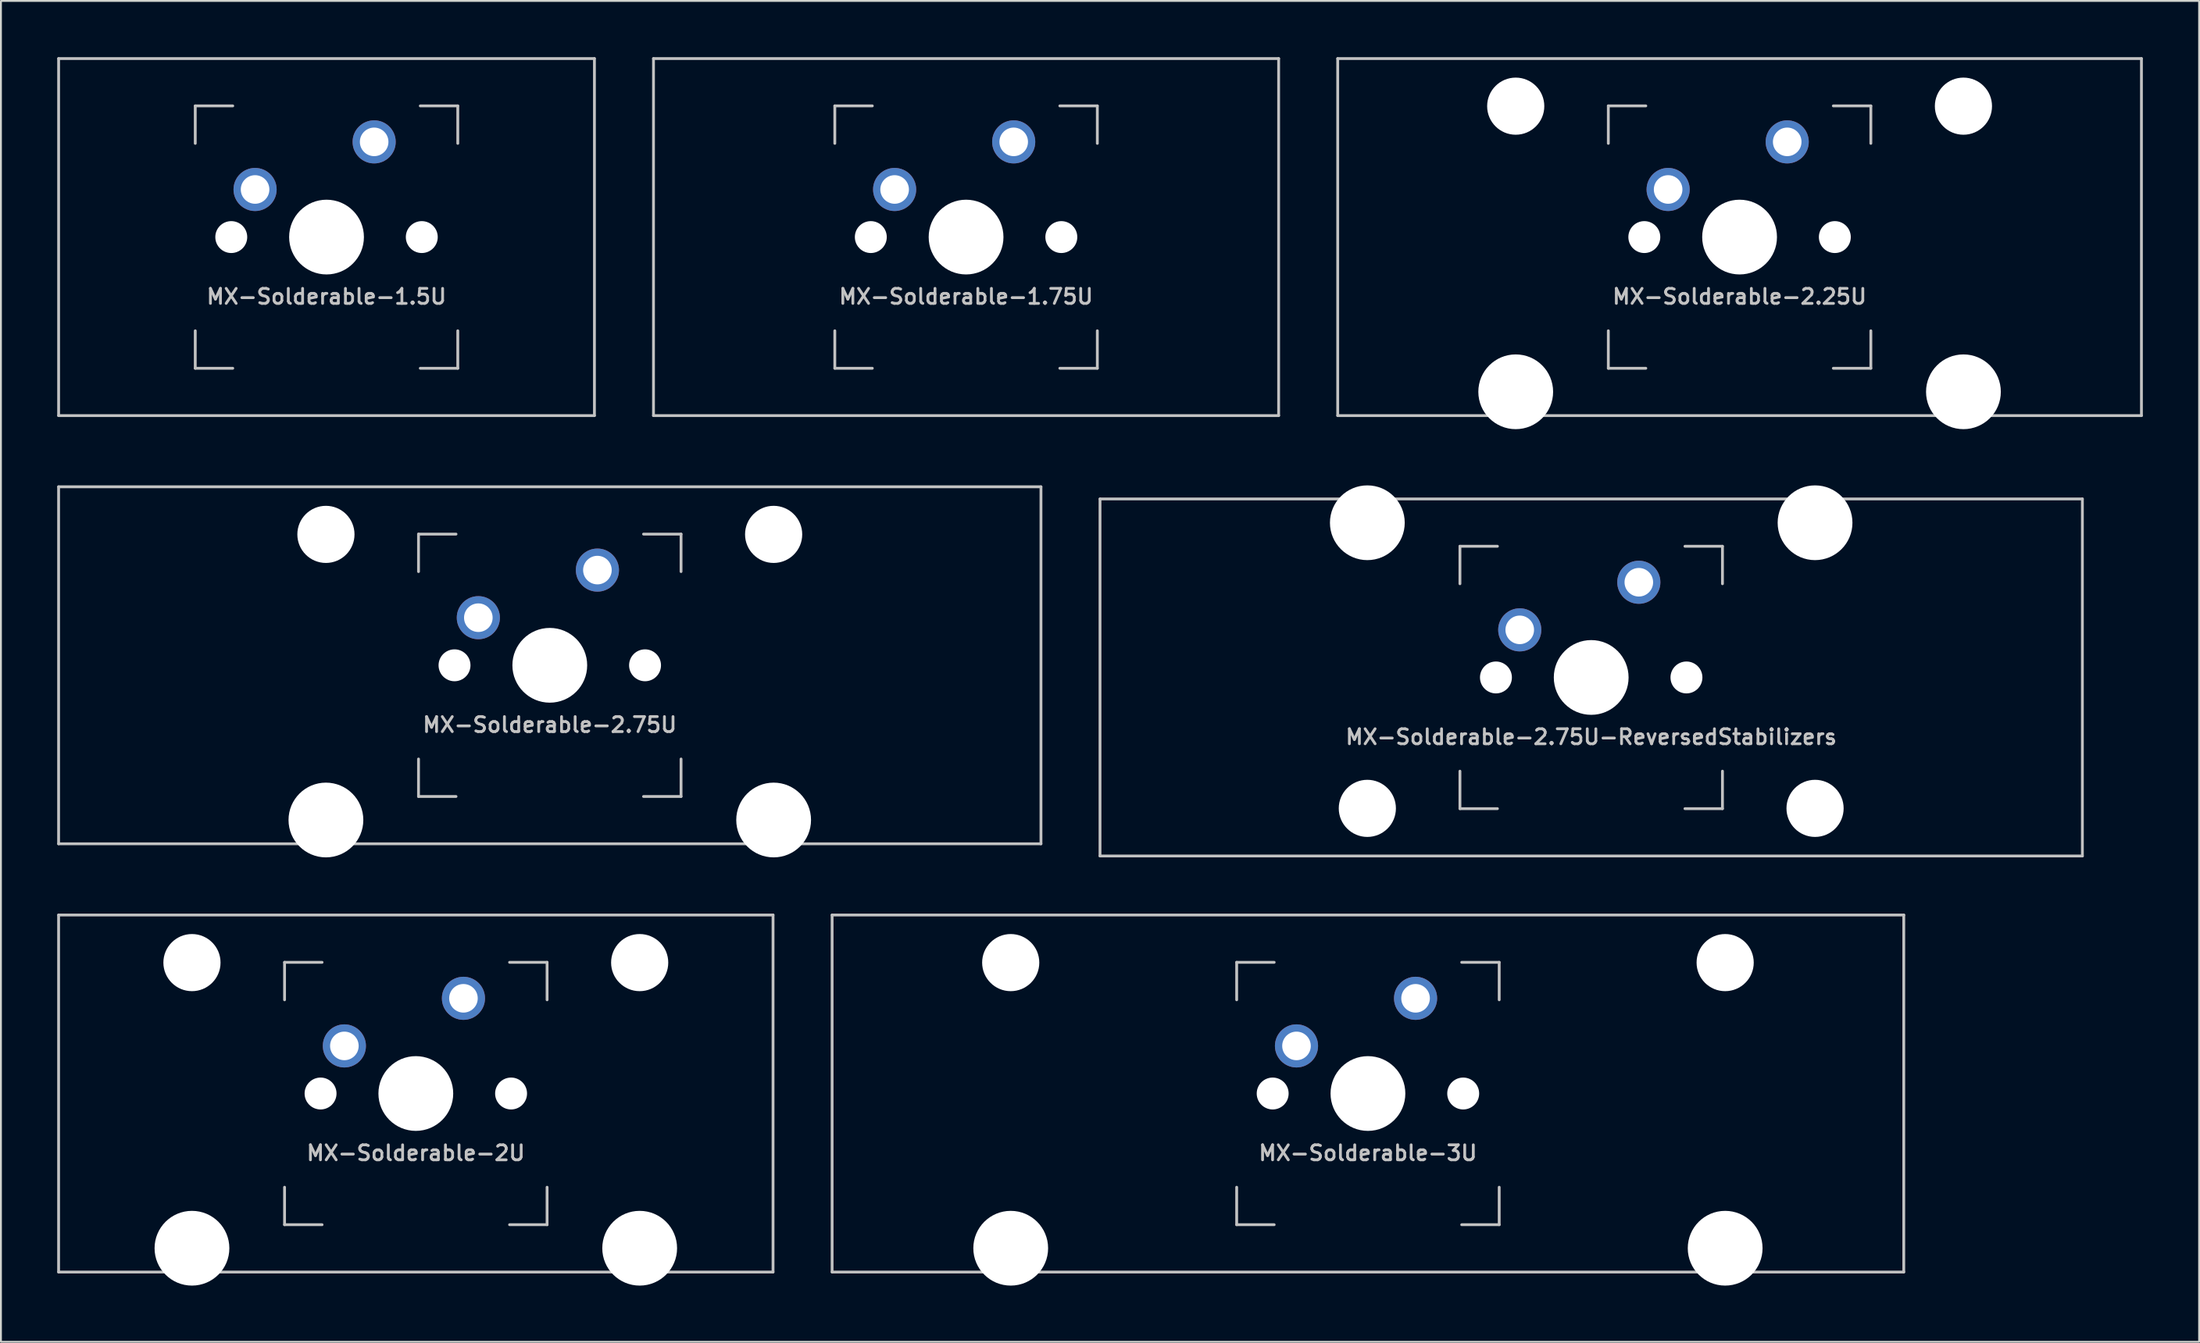
<source format=kicad_pcb>
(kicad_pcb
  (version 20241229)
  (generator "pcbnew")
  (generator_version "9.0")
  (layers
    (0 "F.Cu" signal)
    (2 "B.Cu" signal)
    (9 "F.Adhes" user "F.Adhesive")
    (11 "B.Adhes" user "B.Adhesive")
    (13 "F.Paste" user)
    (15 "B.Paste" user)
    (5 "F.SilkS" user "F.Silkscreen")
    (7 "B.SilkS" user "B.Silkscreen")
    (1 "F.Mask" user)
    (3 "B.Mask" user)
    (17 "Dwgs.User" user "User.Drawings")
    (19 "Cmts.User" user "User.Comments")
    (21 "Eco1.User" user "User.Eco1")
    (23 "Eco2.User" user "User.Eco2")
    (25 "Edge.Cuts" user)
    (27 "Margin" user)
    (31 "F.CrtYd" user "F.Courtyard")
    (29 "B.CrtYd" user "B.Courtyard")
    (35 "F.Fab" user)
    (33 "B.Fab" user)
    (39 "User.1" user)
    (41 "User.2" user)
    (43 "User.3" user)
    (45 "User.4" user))
  (footprint "MX-Solderable-1.5U"
    (layer "F.Cu")
    (at 14.363 9.6)
    (property "Reference" "MX-Solderable-1.5U" (at 0 3.175 0) (layer "Dwgs.User") (effects (font (size 0.8 0.8) (thickness 0.15))))
    (attr through_hole)
    (fp_line (start -14.287 9.525) (end -14.287 -9.525) (stroke (width 0.15) (type solid)) (layer "Dwgs.User"))
    (fp_line (start -7 -7) (end -7 -5) (stroke (width 0.15) (type solid)) (layer "Dwgs.User"))
    (fp_line (start -7 5) (end -7 7) (stroke (width 0.15) (type solid)) (layer "Dwgs.User"))
    (fp_line (start -7 7) (end -5 7) (stroke (width 0.15) (type solid)) (layer "Dwgs.User"))
    (fp_line (start -5 -7) (end -7 -7) (stroke (width 0.15) (type solid)) (layer "Dwgs.User"))
    (fp_line (start 5 -7) (end 7 -7) (stroke (width 0.15) (type solid)) (layer "Dwgs.User"))
    (fp_line (start 5 7) (end 7 7) (stroke (width 0.15) (type solid)) (layer "Dwgs.User"))
    (fp_line (start 7 -7) (end 7 -5) (stroke (width 0.15) (type solid)) (layer "Dwgs.User"))
    (fp_line (start 7 7) (end 7 5) (stroke (width 0.15) (type solid)) (layer "Dwgs.User"))
    (fp_line (start 14.287 -9.525) (end -14.287 -9.525) (stroke (width 0.15) (type solid)) (layer "Dwgs.User"))
    (fp_line (start 14.287 9.525) (end -14.287 9.525) (stroke (width 0.15) (type solid)) (layer "Dwgs.User"))
    (fp_line (start 14.287 9.525) (end 14.287 -9.525) (stroke (width 0.15) (type solid)) (layer "Dwgs.User"))
    (pad "" np_thru_hole circle (at -5.08 0 48.099) (size 1.702 1.702) (drill 1.702) (layers "*.Cu" "*.Mask"))
    (pad "" np_thru_hole circle (at 0 0) (size 3.988 3.988) (drill 3.988) (layers "*.Cu" "*.Mask"))
    (pad "" np_thru_hole circle (at 5.08 0 48.099) (size 1.702 1.702) (drill 1.702) (layers "*.Cu" "*.Mask"))
    (pad "1" thru_hole circle (at -3.81 -2.54) (size 2.3 2.3) (drill 1.524) (layers "*.Cu" "B.Mask"))
    (pad "2" thru_hole circle (at 2.54 -5.08) (size 2.3 2.3) (drill 1.524) (layers "*.Cu" "B.Mask")))
  (footprint "MX-Solderable-2.25U"
    (layer "F.Cu")
    (at 89.719 9.6)
    (property "Reference" "MX-Solderable-2.25U" (at 0 3.175 0) (layer "Dwgs.User") (effects (font (size 0.8 0.8) (thickness 0.15))))
    (attr through_hole)
    (fp_line (start -21.431 9.525) (end -21.431 -9.525) (stroke (width 0.15) (type solid)) (layer "Dwgs.User"))
    (fp_line (start -7 -7) (end -7 -5) (stroke (width 0.15) (type solid)) (layer "Dwgs.User"))
    (fp_line (start -7 5) (end -7 7) (stroke (width 0.15) (type solid)) (layer "Dwgs.User"))
    (fp_line (start -7 7) (end -5 7) (stroke (width 0.15) (type solid)) (layer "Dwgs.User"))
    (fp_line (start -5 -7) (end -7 -7) (stroke (width 0.15) (type solid)) (layer "Dwgs.User"))
    (fp_line (start 5 -7) (end 7 -7) (stroke (width 0.15) (type solid)) (layer "Dwgs.User"))
    (fp_line (start 5 7) (end 7 7) (stroke (width 0.15) (type solid)) (layer "Dwgs.User"))
    (fp_line (start 7 -7) (end 7 -5) (stroke (width 0.15) (type solid)) (layer "Dwgs.User"))
    (fp_line (start 7 7) (end 7 5) (stroke (width 0.15) (type solid)) (layer "Dwgs.User"))
    (fp_line (start 21.431 -9.525) (end -21.431 -9.525) (stroke (width 0.15) (type solid)) (layer "Dwgs.User"))
    (fp_line (start 21.431 9.525) (end -21.431 9.525) (stroke (width 0.15) (type solid)) (layer "Dwgs.User"))
    (fp_line (start 21.431 9.525) (end 21.431 -9.525) (stroke (width 0.15) (type solid)) (layer "Dwgs.User"))
    (pad "" np_thru_hole circle (at -11.938 -6.985) (size 3.048 3.048) (drill 3.048) (layers "*.Cu" "*.Mask"))
    (pad "" np_thru_hole circle (at -11.938 8.255) (size 3.988 3.988) (drill 3.988) (layers "*.Cu" "*.Mask"))
    (pad "" np_thru_hole circle (at -5.08 0 48.099) (size 1.702 1.702) (drill 1.702) (layers "*.Cu" "*.Mask"))
    (pad "" np_thru_hole circle (at 0 0) (size 3.988 3.988) (drill 3.988) (layers "*.Cu" "*.Mask"))
    (pad "" np_thru_hole circle (at 5.08 0 48.099) (size 1.702 1.702) (drill 1.702) (layers "*.Cu" "*.Mask"))
    (pad "" np_thru_hole circle (at 11.938 -6.985) (size 3.048 3.048) (drill 3.048) (layers "*.Cu" "*.Mask"))
    (pad "" np_thru_hole circle (at 11.938 8.255) (size 3.988 3.988) (drill 3.988) (layers "*.Cu" "*.Mask"))
    (pad "1" thru_hole circle (at -3.81 -2.54) (size 2.3 2.3) (drill 1.524) (layers "*.Cu" "B.Mask"))
    (pad "2" thru_hole circle (at 2.54 -5.08) (size 2.3 2.3) (drill 1.524) (layers "*.Cu" "B.Mask")))
  (footprint "MX-Solderable-3U"
    (layer "F.Cu")
    (at 69.9 55.298)
    (property "Reference" "MX-Solderable-3U" (at 0 3.175 0) (layer "Dwgs.User") (effects (font (size 0.8 0.8) (thickness 0.15))))
    (attr through_hole)
    (fp_line (start -28.575 9.525) (end -28.575 -9.525) (stroke (width 0.15) (type solid)) (layer "Dwgs.User"))
    (fp_line (start -7 -7) (end -7 -5) (stroke (width 0.15) (type solid)) (layer "Dwgs.User"))
    (fp_line (start -7 5) (end -7 7) (stroke (width 0.15) (type solid)) (layer "Dwgs.User"))
    (fp_line (start -7 7) (end -5 7) (stroke (width 0.15) (type solid)) (layer "Dwgs.User"))
    (fp_line (start -5 -7) (end -7 -7) (stroke (width 0.15) (type solid)) (layer "Dwgs.User"))
    (fp_line (start 5 -7) (end 7 -7) (stroke (width 0.15) (type solid)) (layer "Dwgs.User"))
    (fp_line (start 5 7) (end 7 7) (stroke (width 0.15) (type solid)) (layer "Dwgs.User"))
    (fp_line (start 7 -7) (end 7 -5) (stroke (width 0.15) (type solid)) (layer "Dwgs.User"))
    (fp_line (start 7 7) (end 7 5) (stroke (width 0.15) (type solid)) (layer "Dwgs.User"))
    (fp_line (start 28.575 -9.525) (end -28.575 -9.525) (stroke (width 0.15) (type solid)) (layer "Dwgs.User"))
    (fp_line (start 28.575 9.525) (end -28.575 9.525) (stroke (width 0.15) (type solid)) (layer "Dwgs.User"))
    (fp_line (start 28.575 9.525) (end 28.575 -9.525) (stroke (width 0.15) (type solid)) (layer "Dwgs.User"))
    (pad "" np_thru_hole circle (at -19.05 -6.985) (size 3.048 3.048) (drill 3.048) (layers "*.Cu" "*.Mask"))
    (pad "" np_thru_hole circle (at -19.05 8.255) (size 3.988 3.988) (drill 3.988) (layers "*.Cu" "*.Mask"))
    (pad "" np_thru_hole circle (at -5.08 0 48.099) (size 1.702 1.702) (drill 1.702) (layers "*.Cu" "*.Mask"))
    (pad "" np_thru_hole circle (at 0 0) (size 3.988 3.988) (drill 3.988) (layers "*.Cu" "*.Mask"))
    (pad "" np_thru_hole circle (at 5.08 0 48.099) (size 1.702 1.702) (drill 1.702) (layers "*.Cu" "*.Mask"))
    (pad "" np_thru_hole circle (at 19.05 -6.985) (size 3.048 3.048) (drill 3.048) (layers "*.Cu" "*.Mask"))
    (pad "" np_thru_hole circle (at 19.05 8.255) (size 3.988 3.988) (drill 3.988) (layers "*.Cu" "*.Mask"))
    (pad "1" thru_hole circle (at -3.81 -2.54) (size 2.3 2.3) (drill 1.524) (layers "*.Cu" "B.Mask"))
    (pad "2" thru_hole circle (at 2.54 -5.08) (size 2.3 2.3) (drill 1.524) (layers "*.Cu" "B.Mask")))
  (footprint "MX-Solderable-1.75U"
    (layer "F.Cu")
    (at 48.469 9.6)
    (property "Reference" "MX-Solderable-1.75U" (at 0 3.175 0) (layer "Dwgs.User") (effects (font (size 0.8 0.8) (thickness 0.15))))
    (attr through_hole)
    (fp_line (start -16.669 9.525) (end -16.669 -9.525) (stroke (width 0.15) (type solid)) (layer "Dwgs.User"))
    (fp_line (start -7 -7) (end -7 -5) (stroke (width 0.15) (type solid)) (layer "Dwgs.User"))
    (fp_line (start -7 5) (end -7 7) (stroke (width 0.15) (type solid)) (layer "Dwgs.User"))
    (fp_line (start -7 7) (end -5 7) (stroke (width 0.15) (type solid)) (layer "Dwgs.User"))
    (fp_line (start -5 -7) (end -7 -7) (stroke (width 0.15) (type solid)) (layer "Dwgs.User"))
    (fp_line (start 5 -7) (end 7 -7) (stroke (width 0.15) (type solid)) (layer "Dwgs.User"))
    (fp_line (start 5 7) (end 7 7) (stroke (width 0.15) (type solid)) (layer "Dwgs.User"))
    (fp_line (start 7 -7) (end 7 -5) (stroke (width 0.15) (type solid)) (layer "Dwgs.User"))
    (fp_line (start 7 7) (end 7 5) (stroke (width 0.15) (type solid)) (layer "Dwgs.User"))
    (fp_line (start 16.669 -9.525) (end -16.669 -9.525) (stroke (width 0.15) (type solid)) (layer "Dwgs.User"))
    (fp_line (start 16.669 9.525) (end -16.669 9.525) (stroke (width 0.15) (type solid)) (layer "Dwgs.User"))
    (fp_line (start 16.669 9.525) (end 16.669 -9.525) (stroke (width 0.15) (type solid)) (layer "Dwgs.User"))
    (pad "" np_thru_hole circle (at -5.08 0 48.099) (size 1.702 1.702) (drill 1.702) (layers "*.Cu" "*.Mask"))
    (pad "" np_thru_hole circle (at 0 0) (size 3.988 3.988) (drill 3.988) (layers "*.Cu" "*.Mask"))
    (pad "" np_thru_hole circle (at 5.08 0 48.099) (size 1.702 1.702) (drill 1.702) (layers "*.Cu" "*.Mask"))
    (pad "1" thru_hole circle (at -3.81 -2.54) (size 2.3 2.3) (drill 1.524) (layers "*.Cu" "B.Mask"))
    (pad "2" thru_hole circle (at 2.54 -5.08) (size 2.3 2.3) (drill 1.524) (layers "*.Cu" "B.Mask")))
  (footprint "MX-Solderable-2.75U"
    (layer "F.Cu")
    (at 26.269 32.449)
    (property "Reference" "MX-Solderable-2.75U" (at 0 3.175 0) (layer "Dwgs.User") (effects (font (size 0.8 0.8) (thickness 0.15))))
    (attr through_hole)
    (fp_line (start -26.194 9.525) (end -26.194 -9.525) (stroke (width 0.15) (type solid)) (layer "Dwgs.User"))
    (fp_line (start -7 -7) (end -7 -5) (stroke (width 0.15) (type solid)) (layer "Dwgs.User"))
    (fp_line (start -7 5) (end -7 7) (stroke (width 0.15) (type solid)) (layer "Dwgs.User"))
    (fp_line (start -7 7) (end -5 7) (stroke (width 0.15) (type solid)) (layer "Dwgs.User"))
    (fp_line (start -5 -7) (end -7 -7) (stroke (width 0.15) (type solid)) (layer "Dwgs.User"))
    (fp_line (start 5 -7) (end 7 -7) (stroke (width 0.15) (type solid)) (layer "Dwgs.User"))
    (fp_line (start 5 7) (end 7 7) (stroke (width 0.15) (type solid)) (layer "Dwgs.User"))
    (fp_line (start 7 -7) (end 7 -5) (stroke (width 0.15) (type solid)) (layer "Dwgs.User"))
    (fp_line (start 7 7) (end 7 5) (stroke (width 0.15) (type solid)) (layer "Dwgs.User"))
    (fp_line (start 26.194 -9.525) (end -26.194 -9.525) (stroke (width 0.15) (type solid)) (layer "Dwgs.User"))
    (fp_line (start 26.194 9.525) (end -26.194 9.525) (stroke (width 0.15) (type solid)) (layer "Dwgs.User"))
    (fp_line (start 26.194 9.525) (end 26.194 -9.525) (stroke (width 0.15) (type solid)) (layer "Dwgs.User"))
    (pad "" np_thru_hole circle (at -11.938 -6.985) (size 3.048 3.048) (drill 3.048) (layers "*.Cu" "*.Mask"))
    (pad "" np_thru_hole circle (at -11.938 8.255) (size 3.988 3.988) (drill 3.988) (layers "*.Cu" "*.Mask"))
    (pad "" np_thru_hole circle (at -5.08 0 48.099) (size 1.702 1.702) (drill 1.702) (layers "*.Cu" "*.Mask"))
    (pad "" np_thru_hole circle (at 0 0) (size 3.988 3.988) (drill 3.988) (layers "*.Cu" "*.Mask"))
    (pad "" np_thru_hole circle (at 5.08 0 48.099) (size 1.702 1.702) (drill 1.702) (layers "*.Cu" "*.Mask"))
    (pad "" np_thru_hole circle (at 11.938 -6.985) (size 3.048 3.048) (drill 3.048) (layers "*.Cu" "*.Mask"))
    (pad "" np_thru_hole circle (at 11.938 8.255) (size 3.988 3.988) (drill 3.988) (layers "*.Cu" "*.Mask"))
    (pad "1" thru_hole circle (at -3.81 -2.54) (size 2.3 2.3) (drill 1.524) (layers "*.Cu" "B.Mask"))
    (pad "2" thru_hole circle (at 2.54 -5.08) (size 2.3 2.3) (drill 1.524) (layers "*.Cu" "B.Mask")))
  (footprint "MX-Solderable-2.75U-ReversedStabilizers"
    (layer "F.Cu")
    (at 81.806 33.098)
    (property "Reference" "MX-Solderable-2.75U-ReversedStabilizers" (at 0 3.175 0) (layer "Dwgs.User") (effects (font (size 0.8 0.8) (thickness 0.15))))
    (attr through_hole)
    (fp_line (start -26.194 9.525) (end -26.194 -9.525) (stroke (width 0.15) (type solid)) (layer "Dwgs.User"))
    (fp_line (start -7 -7) (end -7 -5) (stroke (width 0.15) (type solid)) (layer "Dwgs.User"))
    (fp_line (start -7 5) (end -7 7) (stroke (width 0.15) (type solid)) (layer "Dwgs.User"))
    (fp_line (start -7 7) (end -5 7) (stroke (width 0.15) (type solid)) (layer "Dwgs.User"))
    (fp_line (start -5 -7) (end -7 -7) (stroke (width 0.15) (type solid)) (layer "Dwgs.User"))
    (fp_line (start 5 -7) (end 7 -7) (stroke (width 0.15) (type solid)) (layer "Dwgs.User"))
    (fp_line (start 5 7) (end 7 7) (stroke (width 0.15) (type solid)) (layer "Dwgs.User"))
    (fp_line (start 7 -7) (end 7 -5) (stroke (width 0.15) (type solid)) (layer "Dwgs.User"))
    (fp_line (start 7 7) (end 7 5) (stroke (width 0.15) (type solid)) (layer "Dwgs.User"))
    (fp_line (start 26.194 -9.525) (end -26.194 -9.525) (stroke (width 0.15) (type solid)) (layer "Dwgs.User"))
    (fp_line (start 26.194 9.525) (end -26.194 9.525) (stroke (width 0.15) (type solid)) (layer "Dwgs.User"))
    (fp_line (start 26.194 9.525) (end 26.194 -9.525) (stroke (width 0.15) (type solid)) (layer "Dwgs.User"))
    (pad "" np_thru_hole circle (at -11.938 -8.255) (size 3.988 3.988) (drill 3.988) (layers "*.Cu" "*.Mask"))
    (pad "" np_thru_hole circle (at -11.938 6.985) (size 3.048 3.048) (drill 3.048) (layers "*.Cu" "*.Mask"))
    (pad "" np_thru_hole circle (at -5.08 0 48.099) (size 1.702 1.702) (drill 1.702) (layers "*.Cu" "*.Mask"))
    (pad "" np_thru_hole circle (at 0 0) (size 3.988 3.988) (drill 3.988) (layers "*.Cu" "*.Mask"))
    (pad "" np_thru_hole circle (at 5.08 0 48.099) (size 1.702 1.702) (drill 1.702) (layers "*.Cu" "*.Mask"))
    (pad "" np_thru_hole circle (at 11.938 -8.255) (size 3.988 3.988) (drill 3.988) (layers "*.Cu" "*.Mask"))
    (pad "" np_thru_hole circle (at 11.938 6.985) (size 3.048 3.048) (drill 3.048) (layers "*.Cu" "*.Mask"))
    (pad "1" thru_hole circle (at -3.81 -2.54) (size 2.3 2.3) (drill 1.524) (layers "*.Cu" "B.Mask"))
    (pad "2" thru_hole circle (at 2.54 -5.08) (size 2.3 2.3) (drill 1.524) (layers "*.Cu" "B.Mask")))
  (footprint "MX-Solderable-2U"
    (layer "F.Cu")
    (at 19.125 55.298)
    (property "Reference" "MX-Solderable-2U" (at 0 3.175 0) (layer "Dwgs.User") (effects (font (size 0.8 0.8) (thickness 0.15))))
    (attr through_hole)
    (fp_line (start -19.05 9.525) (end -19.05 -9.525) (stroke (width 0.15) (type solid)) (layer "Dwgs.User"))
    (fp_line (start -7 -7) (end -7 -5) (stroke (width 0.15) (type solid)) (layer "Dwgs.User"))
    (fp_line (start -7 5) (end -7 7) (stroke (width 0.15) (type solid)) (layer "Dwgs.User"))
    (fp_line (start -7 7) (end -5 7) (stroke (width 0.15) (type solid)) (layer "Dwgs.User"))
    (fp_line (start -5 -7) (end -7 -7) (stroke (width 0.15) (type solid)) (layer "Dwgs.User"))
    (fp_line (start 5 -7) (end 7 -7) (stroke (width 0.15) (type solid)) (layer "Dwgs.User"))
    (fp_line (start 5 7) (end 7 7) (stroke (width 0.15) (type solid)) (layer "Dwgs.User"))
    (fp_line (start 7 -7) (end 7 -5) (stroke (width 0.15) (type solid)) (layer "Dwgs.User"))
    (fp_line (start 7 7) (end 7 5) (stroke (width 0.15) (type solid)) (layer "Dwgs.User"))
    (fp_line (start 19.05 -9.525) (end -19.05 -9.525) (stroke (width 0.15) (type solid)) (layer "Dwgs.User"))
    (fp_line (start 19.05 9.525) (end -19.05 9.525) (stroke (width 0.15) (type solid)) (layer "Dwgs.User"))
    (fp_line (start 19.05 9.525) (end 19.05 -9.525) (stroke (width 0.15) (type solid)) (layer "Dwgs.User"))
    (pad "" np_thru_hole circle (at -11.938 -6.985) (size 3.048 3.048) (drill 3.048) (layers "*.Cu" "*.Mask"))
    (pad "" np_thru_hole circle (at -11.938 8.255) (size 3.988 3.988) (drill 3.988) (layers "*.Cu" "*.Mask"))
    (pad "" np_thru_hole circle (at -5.08 0 48.099) (size 1.702 1.702) (drill 1.702) (layers "*.Cu" "*.Mask"))
    (pad "" np_thru_hole circle (at 0 0) (size 3.988 3.988) (drill 3.988) (layers "*.Cu" "*.Mask"))
    (pad "" np_thru_hole circle (at 5.08 0 48.099) (size 1.702 1.702) (drill 1.702) (layers "*.Cu" "*.Mask"))
    (pad "" np_thru_hole circle (at 11.938 -6.985) (size 3.048 3.048) (drill 3.048) (layers "*.Cu" "*.Mask"))
    (pad "" np_thru_hole circle (at 11.938 8.255) (size 3.988 3.988) (drill 3.988) (layers "*.Cu" "*.Mask"))
    (pad "1" thru_hole circle (at -3.81 -2.54) (size 2.3 2.3) (drill 1.524) (layers "*.Cu" "B.Mask"))
    (pad "2" thru_hole circle (at 2.54 -5.08) (size 2.3 2.3) (drill 1.524) (layers "*.Cu" "B.Mask")))
  (gr_rect
    (start -3 -3)
    (end 114.225 68.547)
    (stroke (width 0.1) (type default))
    (fill no)
    (layer "Edge.Cuts")))
</source>
